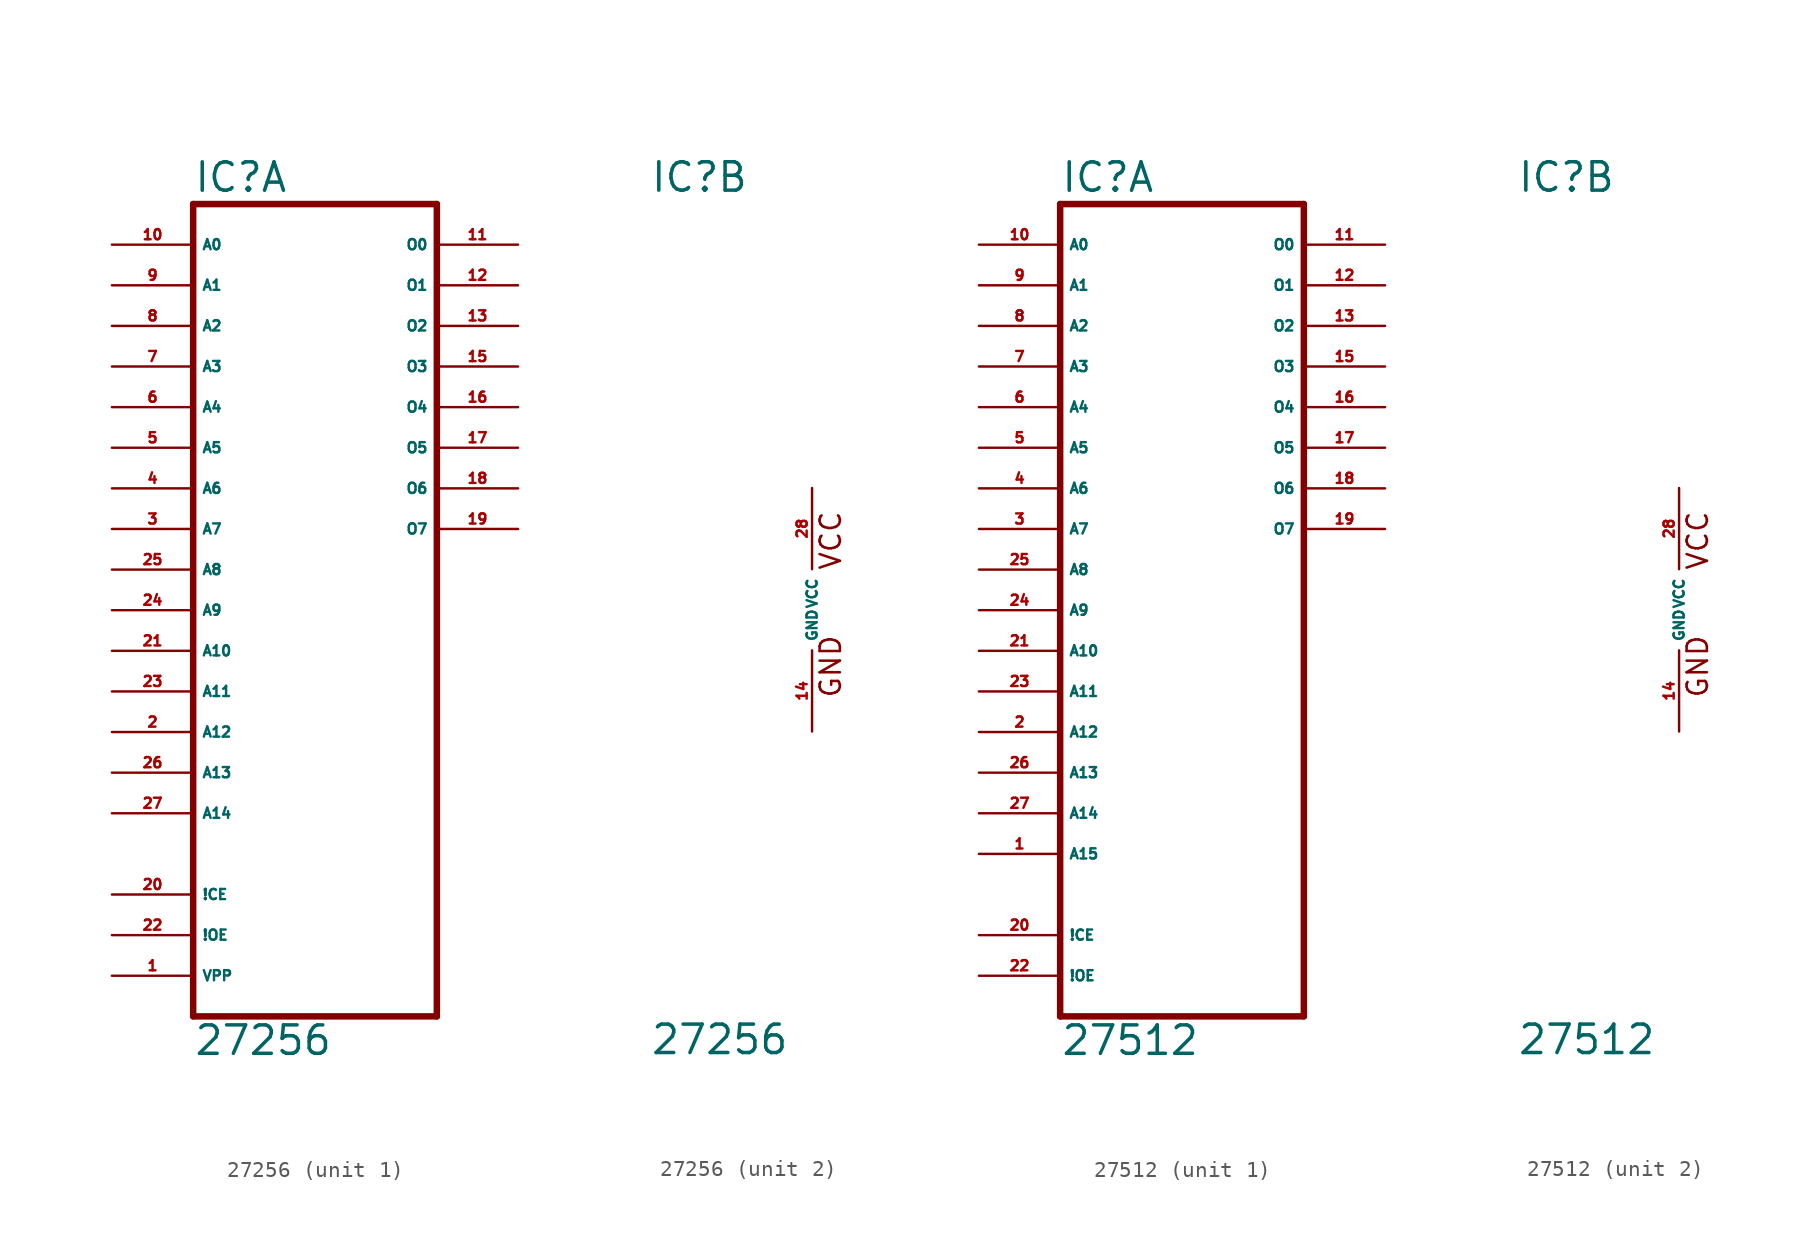
<source format=kicad_sym>
(kicad_symbol_lib
  (version 20220914)
  (generator Eagle2Kicad)
  (symbol "27256"
    (property "Reference" "IC"
      (at -10.16 26.035 0)
      (effects (font (size 1.778 1.778) (thickness 0.22)) (justify left bottom)))
    (property "Value" "27256"
      (at -10.16 -27.94 0)
      (effects (font (size 1.778 1.778) (thickness 0.22)) (justify left bottom)))
    (symbol "27256_1_0"
      (polyline (pts (xy -10.16 -25.4) (xy 5.08 -25.4)) (stroke (width 0.406) (type default)) (fill (type none)))
      (polyline (pts (xy 5.08 -25.4) (xy 5.08 25.4)) (stroke (width 0.406) (type default)) (fill (type none)))
      (polyline (pts (xy 5.08 25.4) (xy -10.16 25.4)) (stroke (width 0.406) (type default)) (fill (type none)))
      (polyline (pts (xy -10.16 25.4) (xy -10.16 -25.4)) (stroke (width 0.406) (type default)) (fill (type none)))
      (pin input line (at -15.24 -22.86 0) (length 5.08) (name "VPP" (effects (font (size 0.635 0.635) (thickness 0.08)) (justify left bottom))) (number "1" (effects (font (size 0.635 0.635) (thickness 0.08)) (justify left bottom))))
      (pin input line (at -15.24 -7.62 0) (length 5.08) (name "A12" (effects (font (size 0.635 0.635) (thickness 0.08)) (justify left bottom))) (number "2" (effects (font (size 0.635 0.635) (thickness 0.08)) (justify left bottom))))
      (pin input line (at -15.24 5.08 0) (length 5.08) (name "A7" (effects (font (size 0.635 0.635) (thickness 0.08)) (justify left bottom))) (number "3" (effects (font (size 0.635 0.635) (thickness 0.08)) (justify left bottom))))
      (pin input line (at -15.24 7.62 0) (length 5.08) (name "A6" (effects (font (size 0.635 0.635) (thickness 0.08)) (justify left bottom))) (number "4" (effects (font (size 0.635 0.635) (thickness 0.08)) (justify left bottom))))
      (pin input line (at -15.24 10.16 0) (length 5.08) (name "A5" (effects (font (size 0.635 0.635) (thickness 0.08)) (justify left bottom))) (number "5" (effects (font (size 0.635 0.635) (thickness 0.08)) (justify left bottom))))
      (pin input line (at -15.24 12.7 0) (length 5.08) (name "A4" (effects (font (size 0.635 0.635) (thickness 0.08)) (justify left bottom))) (number "6" (effects (font (size 0.635 0.635) (thickness 0.08)) (justify left bottom))))
      (pin input line (at -15.24 15.24 0) (length 5.08) (name "A3" (effects (font (size 0.635 0.635) (thickness 0.08)) (justify left bottom))) (number "7" (effects (font (size 0.635 0.635) (thickness 0.08)) (justify left bottom))))
      (pin input line (at -15.24 17.78 0) (length 5.08) (name "A2" (effects (font (size 0.635 0.635) (thickness 0.08)) (justify left bottom))) (number "8" (effects (font (size 0.635 0.635) (thickness 0.08)) (justify left bottom))))
      (pin input line (at -15.24 20.32 0) (length 5.08) (name "A1" (effects (font (size 0.635 0.635) (thickness 0.08)) (justify left bottom))) (number "9" (effects (font (size 0.635 0.635) (thickness 0.08)) (justify left bottom))))
      (pin input line (at -15.24 22.86 0) (length 5.08) (name "A0" (effects (font (size 0.635 0.635) (thickness 0.08)) (justify left bottom))) (number "10" (effects (font (size 0.635 0.635) (thickness 0.08)) (justify left bottom))))
      (pin tri_state line (at 10.16 22.86 180) (length 5.08) (name "O0" (effects (font (size 0.635 0.635) (thickness 0.08)) (justify left bottom))) (number "11" (effects (font (size 0.635 0.635) (thickness 0.08)) (justify left bottom))))
      (pin tri_state line (at 10.16 20.32 180) (length 5.08) (name "O1" (effects (font (size 0.635 0.635) (thickness 0.08)) (justify left bottom))) (number "12" (effects (font (size 0.635 0.635) (thickness 0.08)) (justify left bottom))))
      (pin tri_state line (at 10.16 17.78 180) (length 5.08) (name "O2" (effects (font (size 0.635 0.635) (thickness 0.08)) (justify left bottom))) (number "13" (effects (font (size 0.635 0.635) (thickness 0.08)) (justify left bottom))))
      (pin tri_state line (at 10.16 15.24 180) (length 5.08) (name "O3" (effects (font (size 0.635 0.635) (thickness 0.08)) (justify left bottom))) (number "15" (effects (font (size 0.635 0.635) (thickness 0.08)) (justify left bottom))))
      (pin tri_state line (at 10.16 12.7 180) (length 5.08) (name "O4" (effects (font (size 0.635 0.635) (thickness 0.08)) (justify left bottom))) (number "16" (effects (font (size 0.635 0.635) (thickness 0.08)) (justify left bottom))))
      (pin tri_state line (at 10.16 10.16 180) (length 5.08) (name "O5" (effects (font (size 0.635 0.635) (thickness 0.08)) (justify left bottom))) (number "17" (effects (font (size 0.635 0.635) (thickness 0.08)) (justify left bottom))))
      (pin tri_state line (at 10.16 7.62 180) (length 5.08) (name "O6" (effects (font (size 0.635 0.635) (thickness 0.08)) (justify left bottom))) (number "18" (effects (font (size 0.635 0.635) (thickness 0.08)) (justify left bottom))))
      (pin tri_state line (at 10.16 5.08 180) (length 5.08) (name "O7" (effects (font (size 0.635 0.635) (thickness 0.08)) (justify left bottom))) (number "19" (effects (font (size 0.635 0.635) (thickness 0.08)) (justify left bottom))))
      (pin input line (at -15.24 -17.78 0) (length 5.08) (name "!CE" (effects (font (size 0.635 0.635) (thickness 0.08)) (justify left bottom))) (number "20" (effects (font (size 0.635 0.635) (thickness 0.08)) (justify left bottom))))
      (pin input line (at -15.24 -2.54 0) (length 5.08) (name "A10" (effects (font (size 0.635 0.635) (thickness 0.08)) (justify left bottom))) (number "21" (effects (font (size 0.635 0.635) (thickness 0.08)) (justify left bottom))))
      (pin input line (at -15.24 -20.32 0) (length 5.08) (name "!OE" (effects (font (size 0.635 0.635) (thickness 0.08)) (justify left bottom))) (number "22" (effects (font (size 0.635 0.635) (thickness 0.08)) (justify left bottom))))
      (pin input line (at -15.24 -5.08 0) (length 5.08) (name "A11" (effects (font (size 0.635 0.635) (thickness 0.08)) (justify left bottom))) (number "23" (effects (font (size 0.635 0.635) (thickness 0.08)) (justify left bottom))))
      (pin input line (at -15.24 0 0) (length 5.08) (name "A9" (effects (font (size 0.635 0.635) (thickness 0.08)) (justify left bottom))) (number "24" (effects (font (size 0.635 0.635) (thickness 0.08)) (justify left bottom))))
      (pin input line (at -15.24 2.54 0) (length 5.08) (name "A8" (effects (font (size 0.635 0.635) (thickness 0.08)) (justify left bottom))) (number "25" (effects (font (size 0.635 0.635) (thickness 0.08)) (justify left bottom))))
      (pin input line (at -15.24 -10.16 0) (length 5.08) (name "A13" (effects (font (size 0.635 0.635) (thickness 0.08)) (justify left bottom))) (number "26" (effects (font (size 0.635 0.635) (thickness 0.08)) (justify left bottom))))
      (pin input line (at -15.24 -12.7 0) (length 5.08) (name "A14" (effects (font (size 0.635 0.635) (thickness 0.08)) (justify left bottom))) (number "27" (effects (font (size 0.635 0.635) (thickness 0.08)) (justify left bottom)))))
    (symbol "27256_2_0"
      (text "GND" (at 1.905 -5.588 900) (effects (font (size 1.27 1.27) (thickness 0.16)) (justify left bottom)))
      (text "VCC" (at 1.905 2.413 900) (effects (font (size 1.27 1.27) (thickness 0.16)) (justify left bottom)))
      (pin unspecified line (at 0 -7.62 90) (length 5.08) (name "GND" (effects (font (size 0.635 0.635) (thickness 0.08)) (justify left bottom))) (number "14" (effects (font (size 0.635 0.635) (thickness 0.08)) (justify left bottom))))
      (pin unspecified line (at 0 7.62 270) (length 5.08) (name "VCC" (effects (font (size 0.635 0.635) (thickness 0.08)) (justify left bottom))) (number "28" (effects (font (size 0.635 0.635) (thickness 0.08)) (justify left bottom))))))
  (symbol "27512"
    (property "Reference" "IC"
      (at -10.16 26.035 0)
      (effects (font (size 1.778 1.778) (thickness 0.22)) (justify left bottom)))
    (property "Value" "27512"
      (at -10.16 -27.94 0)
      (effects (font (size 1.778 1.778) (thickness 0.22)) (justify left bottom)))
    (symbol "27512_1_0"
      (polyline (pts (xy -10.16 -25.4) (xy 5.08 -25.4)) (stroke (width 0.406) (type default)) (fill (type none)))
      (polyline (pts (xy 5.08 -25.4) (xy 5.08 25.4)) (stroke (width 0.406) (type default)) (fill (type none)))
      (polyline (pts (xy 5.08 25.4) (xy -10.16 25.4)) (stroke (width 0.406) (type default)) (fill (type none)))
      (polyline (pts (xy -10.16 25.4) (xy -10.16 -25.4)) (stroke (width 0.406) (type default)) (fill (type none)))
      (pin input line (at -15.24 -15.24 0) (length 5.08) (name "A15" (effects (font (size 0.635 0.635) (thickness 0.08)) (justify left bottom))) (number "1" (effects (font (size 0.635 0.635) (thickness 0.08)) (justify left bottom))))
      (pin input line (at -15.24 -7.62 0) (length 5.08) (name "A12" (effects (font (size 0.635 0.635) (thickness 0.08)) (justify left bottom))) (number "2" (effects (font (size 0.635 0.635) (thickness 0.08)) (justify left bottom))))
      (pin input line (at -15.24 5.08 0) (length 5.08) (name "A7" (effects (font (size 0.635 0.635) (thickness 0.08)) (justify left bottom))) (number "3" (effects (font (size 0.635 0.635) (thickness 0.08)) (justify left bottom))))
      (pin input line (at -15.24 7.62 0) (length 5.08) (name "A6" (effects (font (size 0.635 0.635) (thickness 0.08)) (justify left bottom))) (number "4" (effects (font (size 0.635 0.635) (thickness 0.08)) (justify left bottom))))
      (pin input line (at -15.24 10.16 0) (length 5.08) (name "A5" (effects (font (size 0.635 0.635) (thickness 0.08)) (justify left bottom))) (number "5" (effects (font (size 0.635 0.635) (thickness 0.08)) (justify left bottom))))
      (pin input line (at -15.24 12.7 0) (length 5.08) (name "A4" (effects (font (size 0.635 0.635) (thickness 0.08)) (justify left bottom))) (number "6" (effects (font (size 0.635 0.635) (thickness 0.08)) (justify left bottom))))
      (pin input line (at -15.24 15.24 0) (length 5.08) (name "A3" (effects (font (size 0.635 0.635) (thickness 0.08)) (justify left bottom))) (number "7" (effects (font (size 0.635 0.635) (thickness 0.08)) (justify left bottom))))
      (pin input line (at -15.24 17.78 0) (length 5.08) (name "A2" (effects (font (size 0.635 0.635) (thickness 0.08)) (justify left bottom))) (number "8" (effects (font (size 0.635 0.635) (thickness 0.08)) (justify left bottom))))
      (pin input line (at -15.24 20.32 0) (length 5.08) (name "A1" (effects (font (size 0.635 0.635) (thickness 0.08)) (justify left bottom))) (number "9" (effects (font (size 0.635 0.635) (thickness 0.08)) (justify left bottom))))
      (pin input line (at -15.24 22.86 0) (length 5.08) (name "A0" (effects (font (size 0.635 0.635) (thickness 0.08)) (justify left bottom))) (number "10" (effects (font (size 0.635 0.635) (thickness 0.08)) (justify left bottom))))
      (pin tri_state line (at 10.16 22.86 180) (length 5.08) (name "O0" (effects (font (size 0.635 0.635) (thickness 0.08)) (justify left bottom))) (number "11" (effects (font (size 0.635 0.635) (thickness 0.08)) (justify left bottom))))
      (pin tri_state line (at 10.16 20.32 180) (length 5.08) (name "O1" (effects (font (size 0.635 0.635) (thickness 0.08)) (justify left bottom))) (number "12" (effects (font (size 0.635 0.635) (thickness 0.08)) (justify left bottom))))
      (pin tri_state line (at 10.16 17.78 180) (length 5.08) (name "O2" (effects (font (size 0.635 0.635) (thickness 0.08)) (justify left bottom))) (number "13" (effects (font (size 0.635 0.635) (thickness 0.08)) (justify left bottom))))
      (pin tri_state line (at 10.16 15.24 180) (length 5.08) (name "O3" (effects (font (size 0.635 0.635) (thickness 0.08)) (justify left bottom))) (number "15" (effects (font (size 0.635 0.635) (thickness 0.08)) (justify left bottom))))
      (pin tri_state line (at 10.16 12.7 180) (length 5.08) (name "O4" (effects (font (size 0.635 0.635) (thickness 0.08)) (justify left bottom))) (number "16" (effects (font (size 0.635 0.635) (thickness 0.08)) (justify left bottom))))
      (pin tri_state line (at 10.16 10.16 180) (length 5.08) (name "O5" (effects (font (size 0.635 0.635) (thickness 0.08)) (justify left bottom))) (number "17" (effects (font (size 0.635 0.635) (thickness 0.08)) (justify left bottom))))
      (pin tri_state line (at 10.16 7.62 180) (length 5.08) (name "O6" (effects (font (size 0.635 0.635) (thickness 0.08)) (justify left bottom))) (number "18" (effects (font (size 0.635 0.635) (thickness 0.08)) (justify left bottom))))
      (pin tri_state line (at 10.16 5.08 180) (length 5.08) (name "O7" (effects (font (size 0.635 0.635) (thickness 0.08)) (justify left bottom))) (number "19" (effects (font (size 0.635 0.635) (thickness 0.08)) (justify left bottom))))
      (pin input line (at -15.24 -20.32 0) (length 5.08) (name "!CE" (effects (font (size 0.635 0.635) (thickness 0.08)) (justify left bottom))) (number "20" (effects (font (size 0.635 0.635) (thickness 0.08)) (justify left bottom))))
      (pin input line (at -15.24 -2.54 0) (length 5.08) (name "A10" (effects (font (size 0.635 0.635) (thickness 0.08)) (justify left bottom))) (number "21" (effects (font (size 0.635 0.635) (thickness 0.08)) (justify left bottom))))
      (pin input line (at -15.24 -22.86 0) (length 5.08) (name "!OE" (effects (font (size 0.635 0.635) (thickness 0.08)) (justify left bottom))) (number "22" (effects (font (size 0.635 0.635) (thickness 0.08)) (justify left bottom))))
      (pin input line (at -15.24 -5.08 0) (length 5.08) (name "A11" (effects (font (size 0.635 0.635) (thickness 0.08)) (justify left bottom))) (number "23" (effects (font (size 0.635 0.635) (thickness 0.08)) (justify left bottom))))
      (pin input line (at -15.24 0 0) (length 5.08) (name "A9" (effects (font (size 0.635 0.635) (thickness 0.08)) (justify left bottom))) (number "24" (effects (font (size 0.635 0.635) (thickness 0.08)) (justify left bottom))))
      (pin input line (at -15.24 2.54 0) (length 5.08) (name "A8" (effects (font (size 0.635 0.635) (thickness 0.08)) (justify left bottom))) (number "25" (effects (font (size 0.635 0.635) (thickness 0.08)) (justify left bottom))))
      (pin input line (at -15.24 -10.16 0) (length 5.08) (name "A13" (effects (font (size 0.635 0.635) (thickness 0.08)) (justify left bottom))) (number "26" (effects (font (size 0.635 0.635) (thickness 0.08)) (justify left bottom))))
      (pin input line (at -15.24 -12.7 0) (length 5.08) (name "A14" (effects (font (size 0.635 0.635) (thickness 0.08)) (justify left bottom))) (number "27" (effects (font (size 0.635 0.635) (thickness 0.08)) (justify left bottom)))))
    (symbol "27512_2_0"
      (text "GND" (at 1.905 -5.588 900) (effects (font (size 1.27 1.27) (thickness 0.16)) (justify left bottom)))
      (text "VCC" (at 1.905 2.413 900) (effects (font (size 1.27 1.27) (thickness 0.16)) (justify left bottom)))
      (pin unspecified line (at 0 -7.62 90) (length 5.08) (name "GND" (effects (font (size 0.635 0.635) (thickness 0.08)) (justify left bottom))) (number "14" (effects (font (size 0.635 0.635) (thickness 0.08)) (justify left bottom))))
      (pin unspecified line (at 0 7.62 270) (length 5.08) (name "VCC" (effects (font (size 0.635 0.635) (thickness 0.08)) (justify left bottom))) (number "28" (effects (font (size 0.635 0.635) (thickness 0.08)) (justify left bottom)))))))
</source>
